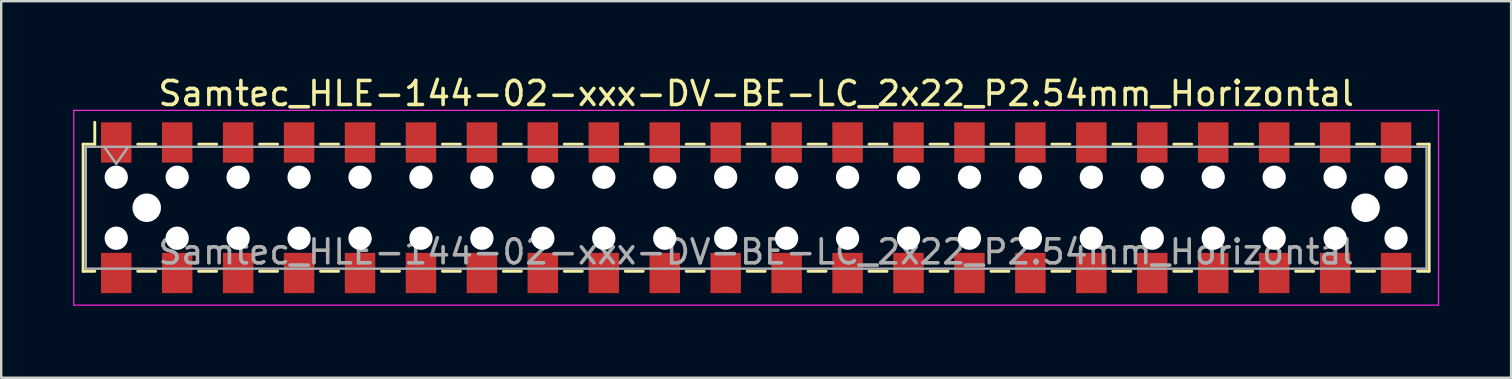
<source format=kicad_pcb>
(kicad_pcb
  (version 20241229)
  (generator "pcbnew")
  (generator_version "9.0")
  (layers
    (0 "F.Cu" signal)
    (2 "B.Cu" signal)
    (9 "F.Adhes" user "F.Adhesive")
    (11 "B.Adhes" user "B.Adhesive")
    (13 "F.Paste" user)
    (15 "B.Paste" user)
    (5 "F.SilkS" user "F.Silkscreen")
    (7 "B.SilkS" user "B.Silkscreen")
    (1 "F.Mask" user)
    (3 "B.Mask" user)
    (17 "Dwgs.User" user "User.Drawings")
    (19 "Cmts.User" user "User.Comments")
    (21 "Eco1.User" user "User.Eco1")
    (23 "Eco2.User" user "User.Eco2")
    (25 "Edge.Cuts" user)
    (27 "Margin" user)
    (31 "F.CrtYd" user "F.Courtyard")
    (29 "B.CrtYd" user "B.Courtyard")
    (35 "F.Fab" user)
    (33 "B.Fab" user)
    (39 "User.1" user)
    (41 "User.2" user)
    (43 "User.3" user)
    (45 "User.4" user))
  (footprint "Samtec_HLE-144-02-xxx-DV-BE-LC_2x22_P2.54mm_Horizontal"
    (layer "F.Cu")
    (at 28.465 5.608)
    (property "Reference" "Samtec_HLE-144-02-xxx-DV-BE-LC_2x22_P2.54mm_Horizontal" (at 0 -4.76 0) (layer "F.SilkS") (effects (font (size 1 1) (thickness 0.15))))
    (attr smd)
    (fp_line (start -28.05 -2.65) (end -28.05 2.65) (stroke (width 0.12) (type solid)) (layer "F.SilkS"))
    (fp_line (start -28.05 2.65) (end -27.565 2.65) (stroke (width 0.12) (type solid)) (layer "F.SilkS"))
    (fp_line (start -27.565 -3.56) (end -27.565 -2.65) (stroke (width 0.12) (type solid)) (layer "F.SilkS"))
    (fp_line (start -27.565 -2.65) (end -28.05 -2.65) (stroke (width 0.12) (type solid)) (layer "F.SilkS"))
    (fp_line (start -25.775 -2.65) (end -25.025 -2.65) (stroke (width 0.12) (type solid)) (layer "F.SilkS"))
    (fp_line (start -25.775 2.65) (end -25.025 2.65) (stroke (width 0.12) (type solid)) (layer "F.SilkS"))
    (fp_line (start -23.235 -2.65) (end -22.485 -2.65) (stroke (width 0.12) (type solid)) (layer "F.SilkS"))
    (fp_line (start -23.235 2.65) (end -22.485 2.65) (stroke (width 0.12) (type solid)) (layer "F.SilkS"))
    (fp_line (start -20.695 -2.65) (end -19.945 -2.65) (stroke (width 0.12) (type solid)) (layer "F.SilkS"))
    (fp_line (start -20.695 2.65) (end -19.945 2.65) (stroke (width 0.12) (type solid)) (layer "F.SilkS"))
    (fp_line (start -18.155 -2.65) (end -17.405 -2.65) (stroke (width 0.12) (type solid)) (layer "F.SilkS"))
    (fp_line (start -18.155 2.65) (end -17.405 2.65) (stroke (width 0.12) (type solid)) (layer "F.SilkS"))
    (fp_line (start -15.615 -2.65) (end -14.865 -2.65) (stroke (width 0.12) (type solid)) (layer "F.SilkS"))
    (fp_line (start -15.615 2.65) (end -14.865 2.65) (stroke (width 0.12) (type solid)) (layer "F.SilkS"))
    (fp_line (start -13.075 -2.65) (end -12.325 -2.65) (stroke (width 0.12) (type solid)) (layer "F.SilkS"))
    (fp_line (start -13.075 2.65) (end -12.325 2.65) (stroke (width 0.12) (type solid)) (layer "F.SilkS"))
    (fp_line (start -10.535 -2.65) (end -9.785 -2.65) (stroke (width 0.12) (type solid)) (layer "F.SilkS"))
    (fp_line (start -10.535 2.65) (end -9.785 2.65) (stroke (width 0.12) (type solid)) (layer "F.SilkS"))
    (fp_line (start -7.995 -2.65) (end -7.245 -2.65) (stroke (width 0.12) (type solid)) (layer "F.SilkS"))
    (fp_line (start -7.995 2.65) (end -7.245 2.65) (stroke (width 0.12) (type solid)) (layer "F.SilkS"))
    (fp_line (start -5.455 -2.65) (end -4.705 -2.65) (stroke (width 0.12) (type solid)) (layer "F.SilkS"))
    (fp_line (start -5.455 2.65) (end -4.705 2.65) (stroke (width 0.12) (type solid)) (layer "F.SilkS"))
    (fp_line (start -2.915 -2.65) (end -2.165 -2.65) (stroke (width 0.12) (type solid)) (layer "F.SilkS"))
    (fp_line (start -2.915 2.65) (end -2.165 2.65) (stroke (width 0.12) (type solid)) (layer "F.SilkS"))
    (fp_line (start -0.375 -2.65) (end 0.375 -2.65) (stroke (width 0.12) (type solid)) (layer "F.SilkS"))
    (fp_line (start -0.375 2.65) (end 0.375 2.65) (stroke (width 0.12) (type solid)) (layer "F.SilkS"))
    (fp_line (start 2.165 -2.65) (end 2.915 -2.65) (stroke (width 0.12) (type solid)) (layer "F.SilkS"))
    (fp_line (start 2.165 2.65) (end 2.915 2.65) (stroke (width 0.12) (type solid)) (layer "F.SilkS"))
    (fp_line (start 4.705 -2.65) (end 5.455 -2.65) (stroke (width 0.12) (type solid)) (layer "F.SilkS"))
    (fp_line (start 4.705 2.65) (end 5.455 2.65) (stroke (width 0.12) (type solid)) (layer "F.SilkS"))
    (fp_line (start 7.245 -2.65) (end 7.995 -2.65) (stroke (width 0.12) (type solid)) (layer "F.SilkS"))
    (fp_line (start 7.245 2.65) (end 7.995 2.65) (stroke (width 0.12) (type solid)) (layer "F.SilkS"))
    (fp_line (start 9.785 -2.65) (end 10.535 -2.65) (stroke (width 0.12) (type solid)) (layer "F.SilkS"))
    (fp_line (start 9.785 2.65) (end 10.535 2.65) (stroke (width 0.12) (type solid)) (layer "F.SilkS"))
    (fp_line (start 12.325 -2.65) (end 13.075 -2.65) (stroke (width 0.12) (type solid)) (layer "F.SilkS"))
    (fp_line (start 12.325 2.65) (end 13.075 2.65) (stroke (width 0.12) (type solid)) (layer "F.SilkS"))
    (fp_line (start 14.865 -2.65) (end 15.615 -2.65) (stroke (width 0.12) (type solid)) (layer "F.SilkS"))
    (fp_line (start 14.865 2.65) (end 15.615 2.65) (stroke (width 0.12) (type solid)) (layer "F.SilkS"))
    (fp_line (start 17.405 -2.65) (end 18.155 -2.65) (stroke (width 0.12) (type solid)) (layer "F.SilkS"))
    (fp_line (start 17.405 2.65) (end 18.155 2.65) (stroke (width 0.12) (type solid)) (layer "F.SilkS"))
    (fp_line (start 19.945 -2.65) (end 20.695 -2.65) (stroke (width 0.12) (type solid)) (layer "F.SilkS"))
    (fp_line (start 19.945 2.65) (end 20.695 2.65) (stroke (width 0.12) (type solid)) (layer "F.SilkS"))
    (fp_line (start 22.485 -2.65) (end 23.235 -2.65) (stroke (width 0.12) (type solid)) (layer "F.SilkS"))
    (fp_line (start 22.485 2.65) (end 23.235 2.65) (stroke (width 0.12) (type solid)) (layer "F.SilkS"))
    (fp_line (start 25.025 -2.65) (end 25.775 -2.65) (stroke (width 0.12) (type solid)) (layer "F.SilkS"))
    (fp_line (start 25.025 2.65) (end 25.775 2.65) (stroke (width 0.12) (type solid)) (layer "F.SilkS"))
    (fp_line (start 27.565 -2.65) (end 28.05 -2.65) (stroke (width 0.12) (type solid)) (layer "F.SilkS"))
    (fp_line (start 28.05 -2.65) (end 28.05 2.65) (stroke (width 0.12) (type solid)) (layer "F.SilkS"))
    (fp_line (start 28.05 2.65) (end 27.565 2.65) (stroke (width 0.12) (type solid)) (layer "F.SilkS"))
    (fp_line (start -28.44 -4.06) (end 28.44 -4.06) (stroke (width 0.05) (type solid)) (layer "F.CrtYd"))
    (fp_line (start -28.44 4.06) (end -28.44 -4.06) (stroke (width 0.05) (type solid)) (layer "F.CrtYd"))
    (fp_line (start 28.44 -4.06) (end 28.44 4.06) (stroke (width 0.05) (type solid)) (layer "F.CrtYd"))
    (fp_line (start 28.44 4.06) (end -28.44 4.06) (stroke (width 0.05) (type solid)) (layer "F.CrtYd"))
    (fp_line (start -27.94 -2.54) (end 27.94 -2.54) (stroke (width 0.1) (type solid)) (layer "F.Fab"))
    (fp_line (start -27.94 2.54) (end -27.94 -2.54) (stroke (width 0.1) (type solid)) (layer "F.Fab"))
    (fp_line (start -27.17 -2.54) (end -26.67 -1.833) (stroke (width 0.1) (type solid)) (layer "F.Fab"))
    (fp_line (start -26.67 -1.833) (end -26.17 -2.54) (stroke (width 0.1) (type solid)) (layer "F.Fab"))
    (fp_line (start 27.94 -2.54) (end 27.94 2.54) (stroke (width 0.1) (type solid)) (layer "F.Fab"))
    (fp_line (start 27.94 2.54) (end -27.94 2.54) (stroke (width 0.1) (type solid)) (layer "F.Fab"))
    (fp_text user "${REFERENCE}" (at 0 1.84 0) (layer "F.Fab") (effects (font (size 1 1) (thickness 0.15))))
    (pad "" np_thru_hole circle (at -26.67 -1.27) (size 0.97 0.97) (drill 0.97) (layers "*.Cu" "*.Mask"))
    (pad "" np_thru_hole circle (at -26.67 1.27) (size 0.97 0.97) (drill 0.97) (layers "*.Cu" "*.Mask"))
    (pad "" np_thru_hole circle (at -25.4 0) (size 1.19 1.19) (drill 1.19) (layers "*.Cu" "*.Mask"))
    (pad "" np_thru_hole circle (at -24.13 -1.27) (size 0.97 0.97) (drill 0.97) (layers "*.Cu" "*.Mask"))
    (pad "" np_thru_hole circle (at -24.13 1.27) (size 0.97 0.97) (drill 0.97) (layers "*.Cu" "*.Mask"))
    (pad "" np_thru_hole circle (at -21.59 -1.27) (size 0.97 0.97) (drill 0.97) (layers "*.Cu" "*.Mask"))
    (pad "" np_thru_hole circle (at -21.59 1.27) (size 0.97 0.97) (drill 0.97) (layers "*.Cu" "*.Mask"))
    (pad "" np_thru_hole circle (at -19.05 -1.27) (size 0.97 0.97) (drill 0.97) (layers "*.Cu" "*.Mask"))
    (pad "" np_thru_hole circle (at -19.05 1.27) (size 0.97 0.97) (drill 0.97) (layers "*.Cu" "*.Mask"))
    (pad "" np_thru_hole circle (at -16.51 -1.27) (size 0.97 0.97) (drill 0.97) (layers "*.Cu" "*.Mask"))
    (pad "" np_thru_hole circle (at -16.51 1.27) (size 0.97 0.97) (drill 0.97) (layers "*.Cu" "*.Mask"))
    (pad "" np_thru_hole circle (at -13.97 -1.27) (size 0.97 0.97) (drill 0.97) (layers "*.Cu" "*.Mask"))
    (pad "" np_thru_hole circle (at -13.97 1.27) (size 0.97 0.97) (drill 0.97) (layers "*.Cu" "*.Mask"))
    (pad "" np_thru_hole circle (at -11.43 -1.27) (size 0.97 0.97) (drill 0.97) (layers "*.Cu" "*.Mask"))
    (pad "" np_thru_hole circle (at -11.43 1.27) (size 0.97 0.97) (drill 0.97) (layers "*.Cu" "*.Mask"))
    (pad "" np_thru_hole circle (at -8.89 -1.27) (size 0.97 0.97) (drill 0.97) (layers "*.Cu" "*.Mask"))
    (pad "" np_thru_hole circle (at -8.89 1.27) (size 0.97 0.97) (drill 0.97) (layers "*.Cu" "*.Mask"))
    (pad "" np_thru_hole circle (at -6.35 -1.27) (size 0.97 0.97) (drill 0.97) (layers "*.Cu" "*.Mask"))
    (pad "" np_thru_hole circle (at -6.35 1.27) (size 0.97 0.97) (drill 0.97) (layers "*.Cu" "*.Mask"))
    (pad "" np_thru_hole circle (at -3.81 -1.27) (size 0.97 0.97) (drill 0.97) (layers "*.Cu" "*.Mask"))
    (pad "" np_thru_hole circle (at -3.81 1.27) (size 0.97 0.97) (drill 0.97) (layers "*.Cu" "*.Mask"))
    (pad "" np_thru_hole circle (at -1.27 -1.27) (size 0.97 0.97) (drill 0.97) (layers "*.Cu" "*.Mask"))
    (pad "" np_thru_hole circle (at -1.27 1.27) (size 0.97 0.97) (drill 0.97) (layers "*.Cu" "*.Mask"))
    (pad "" np_thru_hole circle (at 1.27 -1.27) (size 0.97 0.97) (drill 0.97) (layers "*.Cu" "*.Mask"))
    (pad "" np_thru_hole circle (at 1.27 1.27) (size 0.97 0.97) (drill 0.97) (layers "*.Cu" "*.Mask"))
    (pad "" np_thru_hole circle (at 3.81 -1.27) (size 0.97 0.97) (drill 0.97) (layers "*.Cu" "*.Mask"))
    (pad "" np_thru_hole circle (at 3.81 1.27) (size 0.97 0.97) (drill 0.97) (layers "*.Cu" "*.Mask"))
    (pad "" np_thru_hole circle (at 6.35 -1.27) (size 0.97 0.97) (drill 0.97) (layers "*.Cu" "*.Mask"))
    (pad "" np_thru_hole circle (at 6.35 1.27) (size 0.97 0.97) (drill 0.97) (layers "*.Cu" "*.Mask"))
    (pad "" np_thru_hole circle (at 8.89 -1.27) (size 0.97 0.97) (drill 0.97) (layers "*.Cu" "*.Mask"))
    (pad "" np_thru_hole circle (at 8.89 1.27) (size 0.97 0.97) (drill 0.97) (layers "*.Cu" "*.Mask"))
    (pad "" np_thru_hole circle (at 11.43 -1.27) (size 0.97 0.97) (drill 0.97) (layers "*.Cu" "*.Mask"))
    (pad "" np_thru_hole circle (at 11.43 1.27) (size 0.97 0.97) (drill 0.97) (layers "*.Cu" "*.Mask"))
    (pad "" np_thru_hole circle (at 13.97 -1.27) (size 0.97 0.97) (drill 0.97) (layers "*.Cu" "*.Mask"))
    (pad "" np_thru_hole circle (at 13.97 1.27) (size 0.97 0.97) (drill 0.97) (layers "*.Cu" "*.Mask"))
    (pad "" np_thru_hole circle (at 16.51 -1.27) (size 0.97 0.97) (drill 0.97) (layers "*.Cu" "*.Mask"))
    (pad "" np_thru_hole circle (at 16.51 1.27) (size 0.97 0.97) (drill 0.97) (layers "*.Cu" "*.Mask"))
    (pad "" np_thru_hole circle (at 19.05 -1.27) (size 0.97 0.97) (drill 0.97) (layers "*.Cu" "*.Mask"))
    (pad "" np_thru_hole circle (at 19.05 1.27) (size 0.97 0.97) (drill 0.97) (layers "*.Cu" "*.Mask"))
    (pad "" np_thru_hole circle (at 21.59 -1.27) (size 0.97 0.97) (drill 0.97) (layers "*.Cu" "*.Mask"))
    (pad "" np_thru_hole circle (at 21.59 1.27) (size 0.97 0.97) (drill 0.97) (layers "*.Cu" "*.Mask"))
    (pad "" np_thru_hole circle (at 24.13 -1.27) (size 0.97 0.97) (drill 0.97) (layers "*.Cu" "*.Mask"))
    (pad "" np_thru_hole circle (at 24.13 1.27) (size 0.97 0.97) (drill 0.97) (layers "*.Cu" "*.Mask"))
    (pad "" np_thru_hole circle (at 25.4 0) (size 1.19 1.19) (drill 1.19) (layers "*.Cu" "*.Mask"))
    (pad "" np_thru_hole circle (at 26.67 -1.27) (size 0.97 0.97) (drill 0.97) (layers "*.Cu" "*.Mask"))
    (pad "" np_thru_hole circle (at 26.67 1.27) (size 0.97 0.97) (drill 0.97) (layers "*.Cu" "*.Mask"))
    (pad "1" smd rect (at -26.67 -2.72) (size 1.27 1.68) (layers "F.Cu" "F.Mask" "F.Paste"))
    (pad "2" smd rect (at -26.67 2.72) (size 1.27 1.68) (layers "F.Cu" "F.Mask" "F.Paste"))
    (pad "3" smd rect (at -24.13 -2.72) (size 1.27 1.68) (layers "F.Cu" "F.Mask" "F.Paste"))
    (pad "4" smd rect (at -24.13 2.72) (size 1.27 1.68) (layers "F.Cu" "F.Mask" "F.Paste"))
    (pad "5" smd rect (at -21.59 -2.72) (size 1.27 1.68) (layers "F.Cu" "F.Mask" "F.Paste"))
    (pad "6" smd rect (at -21.59 2.72) (size 1.27 1.68) (layers "F.Cu" "F.Mask" "F.Paste"))
    (pad "7" smd rect (at -19.05 -2.72) (size 1.27 1.68) (layers "F.Cu" "F.Mask" "F.Paste"))
    (pad "8" smd rect (at -19.05 2.72) (size 1.27 1.68) (layers "F.Cu" "F.Mask" "F.Paste"))
    (pad "9" smd rect (at -16.51 -2.72) (size 1.27 1.68) (layers "F.Cu" "F.Mask" "F.Paste"))
    (pad "10" smd rect (at -16.51 2.72) (size 1.27 1.68) (layers "F.Cu" "F.Mask" "F.Paste"))
    (pad "11" smd rect (at -13.97 -2.72) (size 1.27 1.68) (layers "F.Cu" "F.Mask" "F.Paste"))
    (pad "12" smd rect (at -13.97 2.72) (size 1.27 1.68) (layers "F.Cu" "F.Mask" "F.Paste"))
    (pad "13" smd rect (at -11.43 -2.72) (size 1.27 1.68) (layers "F.Cu" "F.Mask" "F.Paste"))
    (pad "14" smd rect (at -11.43 2.72) (size 1.27 1.68) (layers "F.Cu" "F.Mask" "F.Paste"))
    (pad "15" smd rect (at -8.89 -2.72) (size 1.27 1.68) (layers "F.Cu" "F.Mask" "F.Paste"))
    (pad "16" smd rect (at -8.89 2.72) (size 1.27 1.68) (layers "F.Cu" "F.Mask" "F.Paste"))
    (pad "17" smd rect (at -6.35 -2.72) (size 1.27 1.68) (layers "F.Cu" "F.Mask" "F.Paste"))
    (pad "18" smd rect (at -6.35 2.72) (size 1.27 1.68) (layers "F.Cu" "F.Mask" "F.Paste"))
    (pad "19" smd rect (at -3.81 -2.72) (size 1.27 1.68) (layers "F.Cu" "F.Mask" "F.Paste"))
    (pad "20" smd rect (at -3.81 2.72) (size 1.27 1.68) (layers "F.Cu" "F.Mask" "F.Paste"))
    (pad "21" smd rect (at -1.27 -2.72) (size 1.27 1.68) (layers "F.Cu" "F.Mask" "F.Paste"))
    (pad "22" smd rect (at -1.27 2.72) (size 1.27 1.68) (layers "F.Cu" "F.Mask" "F.Paste"))
    (pad "23" smd rect (at 1.27 -2.72) (size 1.27 1.68) (layers "F.Cu" "F.Mask" "F.Paste"))
    (pad "24" smd rect (at 1.27 2.72) (size 1.27 1.68) (layers "F.Cu" "F.Mask" "F.Paste"))
    (pad "25" smd rect (at 3.81 -2.72) (size 1.27 1.68) (layers "F.Cu" "F.Mask" "F.Paste"))
    (pad "26" smd rect (at 3.81 2.72) (size 1.27 1.68) (layers "F.Cu" "F.Mask" "F.Paste"))
    (pad "27" smd rect (at 6.35 -2.72) (size 1.27 1.68) (layers "F.Cu" "F.Mask" "F.Paste"))
    (pad "28" smd rect (at 6.35 2.72) (size 1.27 1.68) (layers "F.Cu" "F.Mask" "F.Paste"))
    (pad "29" smd rect (at 8.89 -2.72) (size 1.27 1.68) (layers "F.Cu" "F.Mask" "F.Paste"))
    (pad "30" smd rect (at 8.89 2.72) (size 1.27 1.68) (layers "F.Cu" "F.Mask" "F.Paste"))
    (pad "31" smd rect (at 11.43 -2.72) (size 1.27 1.68) (layers "F.Cu" "F.Mask" "F.Paste"))
    (pad "32" smd rect (at 11.43 2.72) (size 1.27 1.68) (layers "F.Cu" "F.Mask" "F.Paste"))
    (pad "33" smd rect (at 13.97 -2.72) (size 1.27 1.68) (layers "F.Cu" "F.Mask" "F.Paste"))
    (pad "34" smd rect (at 13.97 2.72) (size 1.27 1.68) (layers "F.Cu" "F.Mask" "F.Paste"))
    (pad "35" smd rect (at 16.51 -2.72) (size 1.27 1.68) (layers "F.Cu" "F.Mask" "F.Paste"))
    (pad "36" smd rect (at 16.51 2.72) (size 1.27 1.68) (layers "F.Cu" "F.Mask" "F.Paste"))
    (pad "37" smd rect (at 19.05 -2.72) (size 1.27 1.68) (layers "F.Cu" "F.Mask" "F.Paste"))
    (pad "38" smd rect (at 19.05 2.72) (size 1.27 1.68) (layers "F.Cu" "F.Mask" "F.Paste"))
    (pad "39" smd rect (at 21.59 -2.72) (size 1.27 1.68) (layers "F.Cu" "F.Mask" "F.Paste"))
    (pad "40" smd rect (at 21.59 2.72) (size 1.27 1.68) (layers "F.Cu" "F.Mask" "F.Paste"))
    (pad "41" smd rect (at 24.13 -2.72) (size 1.27 1.68) (layers "F.Cu" "F.Mask" "F.Paste"))
    (pad "42" smd rect (at 24.13 2.72) (size 1.27 1.68) (layers "F.Cu" "F.Mask" "F.Paste"))
    (pad "43" smd rect (at 26.67 -2.72) (size 1.27 1.68) (layers "F.Cu" "F.Mask" "F.Paste"))
    (pad "44" smd rect (at 26.67 2.72) (size 1.27 1.68) (layers "F.Cu" "F.Mask" "F.Paste")))
  (gr_rect
    (start -3 -3)
    (end 59.93 12.693)
    (stroke (width 0.1) (type default))
    (fill no)
    (layer "Edge.Cuts")))
</source>
